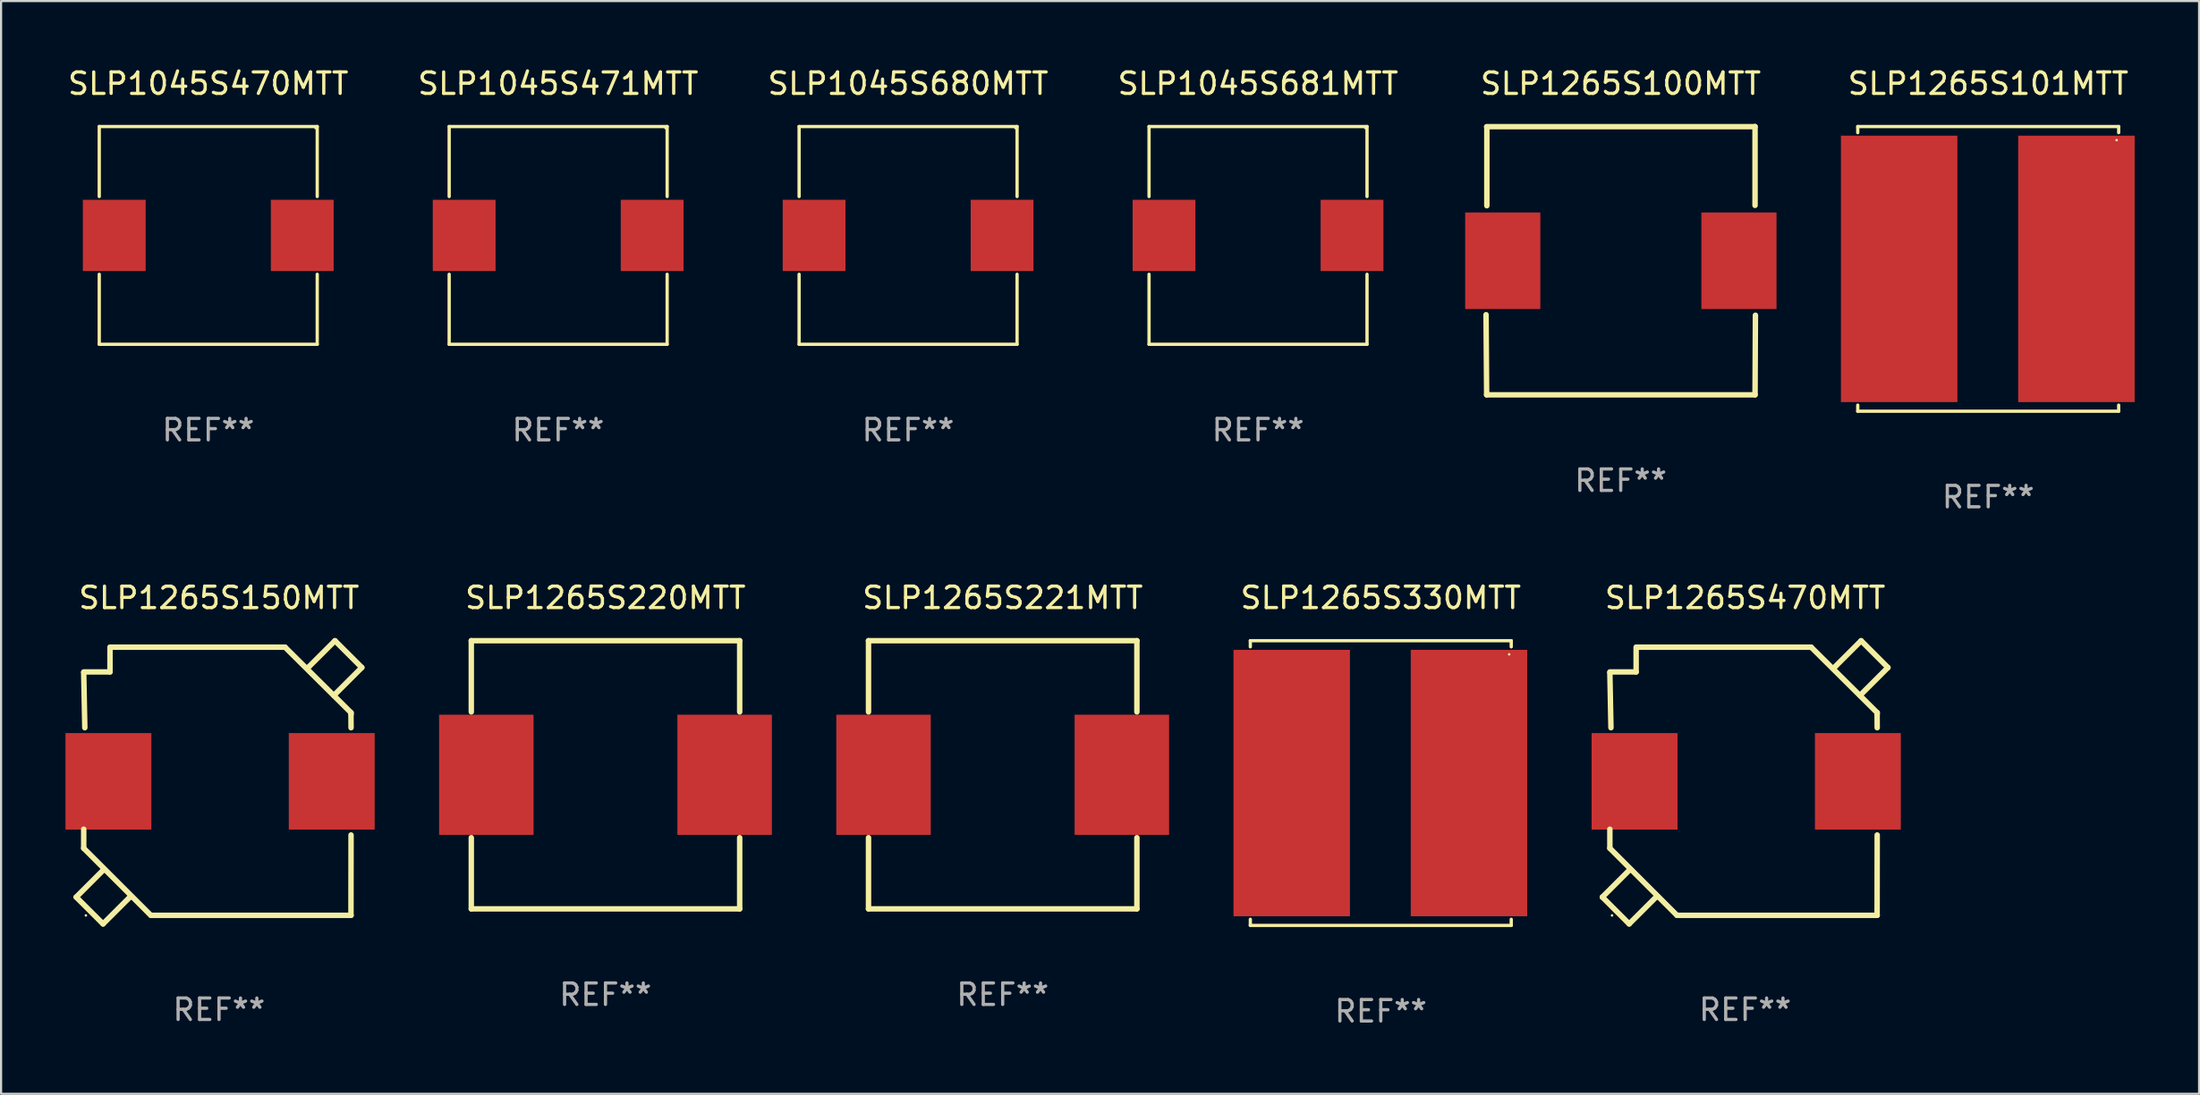
<source format=kicad_pcb>
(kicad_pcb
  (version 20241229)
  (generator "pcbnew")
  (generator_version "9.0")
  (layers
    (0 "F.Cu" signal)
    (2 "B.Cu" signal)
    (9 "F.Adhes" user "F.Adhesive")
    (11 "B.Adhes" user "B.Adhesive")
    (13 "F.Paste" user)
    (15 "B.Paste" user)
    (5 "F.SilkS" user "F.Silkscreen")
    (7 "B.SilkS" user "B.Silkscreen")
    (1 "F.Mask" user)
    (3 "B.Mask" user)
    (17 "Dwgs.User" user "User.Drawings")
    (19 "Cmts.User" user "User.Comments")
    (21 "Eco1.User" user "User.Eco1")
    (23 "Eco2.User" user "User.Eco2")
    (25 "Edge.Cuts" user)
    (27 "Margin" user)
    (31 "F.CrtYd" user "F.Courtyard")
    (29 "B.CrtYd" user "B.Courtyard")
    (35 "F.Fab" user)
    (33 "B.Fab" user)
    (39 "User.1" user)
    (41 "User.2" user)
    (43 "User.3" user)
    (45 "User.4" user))
  (footprint "SLP1045S681MTT"
    (layer "F.Cu")
    (at 55.542 7.924)
    (property "Reference" "SLP1045S681MTT" (at 0 -7.076 0) (layer "F.SilkS") (effects (font (size 1 1) (thickness 0.15))))
    (attr through_hole)
    (fp_line (start -5.076 -5.076) (end 5.076 -5.076) (stroke (width 0.152) (type solid)) (layer "F.SilkS"))
    (fp_line (start -5.076 -1.812) (end -5.076 -5.076) (stroke (width 0.152) (type solid)) (layer "F.SilkS"))
    (fp_line (start -5.076 1.812) (end -5.076 5.076) (stroke (width 0.152) (type solid)) (layer "F.SilkS"))
    (fp_line (start -5.076 5.076) (end 5.076 5.076) (stroke (width 0.152) (type solid)) (layer "F.SilkS"))
    (fp_line (start 5.076 -5.076) (end 5.076 -1.812) (stroke (width 0.152) (type solid)) (layer "F.SilkS"))
    (fp_line (start 5.076 5.076) (end 5.076 1.812) (stroke (width 0.152) (type solid)) (layer "F.SilkS"))
    (fp_circle (center 5 -5) (end 5.03 -5) (stroke (width 0.06) (type solid)) (fill no) (layer "F.SilkS"))
    (fp_text user "REF**" (at 0 9.076 0) (layer "F.Fab") (effects (font (size 1 1) (thickness 0.15))))
    (pad "1" smd rect (at 4.378 0) (size 2.924 3.32) (layers "F.Cu" "F.Mask" "F.Paste"))
    (pad "2" smd rect (at -4.378 0) (size 2.924 3.32) (layers "F.Cu" "F.Mask" "F.Paste")))
  (footprint "SLP1265S101MTT"
    (layer "F.Cu")
    (at 89.55 9.484)
    (property "Reference" "SLP1265S101MTT" (at 0 -8.636 0) (layer "F.SilkS") (effects (font (size 1 1) (thickness 0.15))))
    (attr through_hole)
    (fp_line (start -6.076 -6.636) (end -6.076 -6.35) (stroke (width 0.152) (type solid)) (layer "F.SilkS"))
    (fp_line (start -6.076 6.636) (end -6.076 6.35) (stroke (width 0.152) (type solid)) (layer "F.SilkS"))
    (fp_line (start 6.076 -6.636) (end -6.076 -6.636) (stroke (width 0.152) (type solid)) (layer "F.SilkS"))
    (fp_line (start 6.076 -6.35) (end 6.076 -6.636) (stroke (width 0.152) (type solid)) (layer "F.SilkS"))
    (fp_line (start 6.076 6.35) (end 6.076 6.636) (stroke (width 0.152) (type solid)) (layer "F.SilkS"))
    (fp_line (start 6.076 6.636) (end -6.076 6.636) (stroke (width 0.152) (type solid)) (layer "F.SilkS"))
    (fp_circle (center 5.98 -6) (end 6.01 -6) (stroke (width 0.06) (type solid)) (fill no) (layer "F.SilkS"))
    (fp_text user "REF**" (at 0 10.636 0) (layer "F.Fab") (effects (font (size 1 1) (thickness 0.15))))
    (pad "1" smd rect (at 4.108 0) (size 5.424 12.42) (layers "F.Cu" "F.Mask" "F.Paste"))
    (pad "2" smd rect (at -4.148 0) (size 5.424 12.42) (layers "F.Cu" "F.Mask" "F.Paste")))
  (footprint "SLP1265S330MTT"
    (layer "F.Cu")
    (at 61.259 33.453)
    (property "Reference" "SLP1265S330MTT" (at 0 -8.636 0) (layer "F.SilkS") (effects (font (size 1 1) (thickness 0.15))))
    (attr through_hole)
    (fp_line (start -6.076 -6.636) (end -6.076 -6.35) (stroke (width 0.152) (type solid)) (layer "F.SilkS"))
    (fp_line (start -6.076 6.636) (end -6.076 6.35) (stroke (width 0.152) (type solid)) (layer "F.SilkS"))
    (fp_line (start 6.076 -6.636) (end -6.076 -6.636) (stroke (width 0.152) (type solid)) (layer "F.SilkS"))
    (fp_line (start 6.076 -6.35) (end 6.076 -6.636) (stroke (width 0.152) (type solid)) (layer "F.SilkS"))
    (fp_line (start 6.076 6.35) (end 6.076 6.636) (stroke (width 0.152) (type solid)) (layer "F.SilkS"))
    (fp_line (start 6.076 6.636) (end -6.076 6.636) (stroke (width 0.152) (type solid)) (layer "F.SilkS"))
    (fp_circle (center 5.98 -6) (end 6.01 -6) (stroke (width 0.06) (type solid)) (fill no) (layer "F.SilkS"))
    (fp_text user "REF**" (at 0 10.636 0) (layer "F.Fab") (effects (font (size 1 1) (thickness 0.15))))
    (pad "1" smd rect (at 4.108 0) (size 5.424 12.42) (layers "F.Cu" "F.Mask" "F.Paste"))
    (pad "2" smd rect (at -4.148 0) (size 5.424 12.42) (layers "F.Cu" "F.Mask" "F.Paste")))
  (footprint "SLP1265S150MTT"
    (layer "F.Cu")
    (at 7.15 33.418)
    (property "Reference" "SLP1265S150MTT" (at 0 -8.6 0) (layer "F.SilkS") (effects (font (size 1 1) (thickness 0.15))))
    (attr through_hole)
    (fp_line (start -6.651 5.351) (end -5.401 6.6) (stroke (width 0.254) (type solid)) (layer "F.SilkS"))
    (fp_line (start -6.301 2.186) (end -6.301 3.074) (stroke (width 0.254) (type solid)) (layer "F.SilkS"))
    (fp_line (start -6.301 3.074) (end -3.174 6.201) (stroke (width 0.254) (type solid)) (layer "F.SilkS"))
    (fp_line (start -6.25 -2.545) (end -6.301 -5.108) (stroke (width 0.254) (type solid)) (layer "F.SilkS"))
    (fp_line (start -5.401 6.6) (end -4.151 5.351) (stroke (width 0.254) (type solid)) (layer "F.SilkS"))
    (fp_line (start -5.35 4.05) (end -6.651 5.351) (stroke (width 0.254) (type solid)) (layer "F.SilkS"))
    (fp_line (start -5.077 -6.3) (end -5.077 -5.145) (stroke (width 0.254) (type solid)) (layer "F.SilkS"))
    (fp_line (start -5.077 -5.145) (end -6.301 -5.145) (stroke (width 0.254) (type solid)) (layer "F.SilkS"))
    (fp_line (start -4.151 5.351) (end -4.15 5.35) (stroke (width 0.254) (type solid)) (layer "F.SilkS"))
    (fp_line (start -3.174 6.201) (end 6.15 6.201) (stroke (width 0.254) (type solid)) (layer "F.SilkS"))
    (fp_line (start 3.074 -6.301) (end 6.15 -3.245) (stroke (width 0.254) (type solid)) (layer "F.SilkS"))
    (fp_line (start 3.075 -6.3) (end -5.058 -6.3) (stroke (width 0.254) (type solid)) (layer "F.SilkS"))
    (fp_line (start 4.151 -5.351) (end 4.15 -5.35) (stroke (width 0.254) (type solid)) (layer "F.SilkS"))
    (fp_line (start 5.35 -4.05) (end 6.651 -5.351) (stroke (width 0.254) (type solid)) (layer "F.SilkS"))
    (fp_line (start 5.401 -6.6) (end 4.151 -5.351) (stroke (width 0.254) (type solid)) (layer "F.SilkS"))
    (fp_line (start 6.146 6.201) (end 6.15 2.455) (stroke (width 0.254) (type solid)) (layer "F.SilkS"))
    (fp_line (start 6.15 -3.245) (end 6.15 -3.174) (stroke (width 0.254) (type solid)) (layer "F.SilkS"))
    (fp_line (start 6.15 -2.545) (end 6.146 -3.174) (stroke (width 0.254) (type solid)) (layer "F.SilkS"))
    (fp_line (start 6.651 -5.351) (end 5.401 -6.6) (stroke (width 0.254) (type solid)) (layer "F.SilkS"))
    (fp_circle (center -6.2 6.205) (end -6.17 6.205) (stroke (width 0.06) (type solid)) (fill no) (layer "F.SilkS"))
    (fp_text user "REF**" (at 0 10.6 0) (layer "F.Fab") (effects (font (size 1 1) (thickness 0.15))))
    (pad "1" smd rect (at -5.15 -0.045) (size 4 4.5) (layers "F.Cu" "F.Mask" "F.Paste"))
    (pad "2" smd rect (at 5.25 -0.045) (size 4 4.5) (layers "F.Cu" "F.Mask" "F.Paste")))
  (footprint "SLP1045S470MTT"
    (layer "F.Cu")
    (at 6.649 7.924)
    (property "Reference" "SLP1045S470MTT" (at 0 -7.076 0) (layer "F.SilkS") (effects (font (size 1 1) (thickness 0.15))))
    (attr through_hole)
    (fp_line (start -5.076 -5.076) (end 5.076 -5.076) (stroke (width 0.152) (type solid)) (layer "F.SilkS"))
    (fp_line (start -5.076 -1.812) (end -5.076 -5.076) (stroke (width 0.152) (type solid)) (layer "F.SilkS"))
    (fp_line (start -5.076 1.812) (end -5.076 5.076) (stroke (width 0.152) (type solid)) (layer "F.SilkS"))
    (fp_line (start -5.076 5.076) (end 5.076 5.076) (stroke (width 0.152) (type solid)) (layer "F.SilkS"))
    (fp_line (start 5.076 -5.076) (end 5.076 -1.812) (stroke (width 0.152) (type solid)) (layer "F.SilkS"))
    (fp_line (start 5.076 5.076) (end 5.076 1.812) (stroke (width 0.152) (type solid)) (layer "F.SilkS"))
    (fp_circle (center 5 -5) (end 5.03 -5) (stroke (width 0.06) (type solid)) (fill no) (layer "F.SilkS"))
    (fp_text user "REF**" (at 0 9.076 0) (layer "F.Fab") (effects (font (size 1 1) (thickness 0.15))))
    (pad "1" smd rect (at 4.378 0) (size 2.924 3.32) (layers "F.Cu" "F.Mask" "F.Paste"))
    (pad "2" smd rect (at -4.378 0) (size 2.924 3.32) (layers "F.Cu" "F.Mask" "F.Paste")))
  (footprint "SLP1265S470MTT"
    (layer "F.Cu")
    (at 78.229 33.418)
    (property "Reference" "SLP1265S470MTT" (at 0 -8.6 0) (layer "F.SilkS") (effects (font (size 1 1) (thickness 0.15))))
    (attr through_hole)
    (fp_line (start -6.65 5.351) (end -5.401 6.6) (stroke (width 0.254) (type solid)) (layer "F.SilkS"))
    (fp_line (start -6.301 2.186) (end -6.301 3.074) (stroke (width 0.254) (type solid)) (layer "F.SilkS"))
    (fp_line (start -6.301 3.074) (end -3.174 6.201) (stroke (width 0.254) (type solid)) (layer "F.SilkS"))
    (fp_line (start -6.25 -2.545) (end -6.301 -5.108) (stroke (width 0.254) (type solid)) (layer "F.SilkS"))
    (fp_line (start -5.401 6.6) (end -4.151 5.351) (stroke (width 0.254) (type solid)) (layer "F.SilkS"))
    (fp_line (start -5.35 4.05) (end -6.65 5.351) (stroke (width 0.254) (type solid)) (layer "F.SilkS"))
    (fp_line (start -5.077 -6.3) (end -5.077 -5.145) (stroke (width 0.254) (type solid)) (layer "F.SilkS"))
    (fp_line (start -5.077 -5.145) (end -6.301 -5.145) (stroke (width 0.254) (type solid)) (layer "F.SilkS"))
    (fp_line (start -4.151 5.351) (end -4.15 5.35) (stroke (width 0.254) (type solid)) (layer "F.SilkS"))
    (fp_line (start -3.174 6.201) (end 6.15 6.201) (stroke (width 0.254) (type solid)) (layer "F.SilkS"))
    (fp_line (start 3.074 -6.301) (end 6.15 -3.245) (stroke (width 0.254) (type solid)) (layer "F.SilkS"))
    (fp_line (start 3.075 -6.3) (end -5.058 -6.3) (stroke (width 0.254) (type solid)) (layer "F.SilkS"))
    (fp_line (start 4.151 -5.351) (end 4.15 -5.35) (stroke (width 0.254) (type solid)) (layer "F.SilkS"))
    (fp_line (start 5.35 -4.05) (end 6.65 -5.351) (stroke (width 0.254) (type solid)) (layer "F.SilkS"))
    (fp_line (start 5.401 -6.6) (end 4.151 -5.351) (stroke (width 0.254) (type solid)) (layer "F.SilkS"))
    (fp_line (start 6.146 6.201) (end 6.15 2.455) (stroke (width 0.254) (type solid)) (layer "F.SilkS"))
    (fp_line (start 6.15 -3.245) (end 6.15 -3.174) (stroke (width 0.254) (type solid)) (layer "F.SilkS"))
    (fp_line (start 6.15 -2.545) (end 6.146 -3.174) (stroke (width 0.254) (type solid)) (layer "F.SilkS"))
    (fp_line (start 6.65 -5.351) (end 5.401 -6.6) (stroke (width 0.254) (type solid)) (layer "F.SilkS"))
    (fp_circle (center -6.2 6.205) (end -6.17 6.205) (stroke (width 0.06) (type solid)) (fill no) (layer "F.SilkS"))
    (fp_text user "REF**" (at 0 10.6 0) (layer "F.Fab") (effects (font (size 1 1) (thickness 0.15))))
    (pad "1" smd rect (at -5.15 -0.045) (size 4 4.5) (layers "F.Cu" "F.Mask" "F.Paste"))
    (pad "2" smd rect (at 5.25 -0.045) (size 4 4.5) (layers "F.Cu" "F.Mask" "F.Paste")))
  (footprint "SLP1045S680MTT"
    (layer "F.Cu")
    (at 39.244 7.924)
    (property "Reference" "SLP1045S680MTT" (at 0 -7.076 0) (layer "F.SilkS") (effects (font (size 1 1) (thickness 0.15))))
    (attr through_hole)
    (fp_line (start -5.076 -5.076) (end 5.076 -5.076) (stroke (width 0.152) (type solid)) (layer "F.SilkS"))
    (fp_line (start -5.076 -1.812) (end -5.076 -5.076) (stroke (width 0.152) (type solid)) (layer "F.SilkS"))
    (fp_line (start -5.076 1.812) (end -5.076 5.076) (stroke (width 0.152) (type solid)) (layer "F.SilkS"))
    (fp_line (start -5.076 5.076) (end 5.076 5.076) (stroke (width 0.152) (type solid)) (layer "F.SilkS"))
    (fp_line (start 5.076 -5.076) (end 5.076 -1.812) (stroke (width 0.152) (type solid)) (layer "F.SilkS"))
    (fp_line (start 5.076 5.076) (end 5.076 1.812) (stroke (width 0.152) (type solid)) (layer "F.SilkS"))
    (fp_circle (center 5 -5) (end 5.03 -5) (stroke (width 0.06) (type solid)) (fill no) (layer "F.SilkS"))
    (fp_text user "REF**" (at 0 9.076 0) (layer "F.Fab") (effects (font (size 1 1) (thickness 0.15))))
    (pad "1" smd rect (at 4.378 0) (size 2.924 3.32) (layers "F.Cu" "F.Mask" "F.Paste"))
    (pad "2" smd rect (at -4.378 0) (size 2.924 3.32) (layers "F.Cu" "F.Mask" "F.Paste")))
  (footprint "SLP1265S100MTT"
    (layer "F.Cu")
    (at 72.435 9.102)
    (property "Reference" "SLP1265S100MTT" (at 0 -8.253 0) (layer "F.SilkS") (effects (font (size 1 1) (thickness 0.15))))
    (attr through_hole)
    (fp_line (start -6.273 2.518) (end -6.245 6.253) (stroke (width 0.254) (type solid)) (layer "F.SilkS"))
    (fp_line (start -6.245 -6.247) (end 6.255 -6.247) (stroke (width 0.254) (type solid)) (layer "F.SilkS"))
    (fp_line (start -6.245 6.253) (end 6.255 6.253) (stroke (width 0.254) (type solid)) (layer "F.SilkS"))
    (fp_line (start -6.236 -6.237) (end -6.236 -2.562) (stroke (width 0.254) (type solid)) (layer "F.SilkS"))
    (fp_line (start 6.255 -6.253) (end 6.255 -2.578) (stroke (width 0.254) (type solid)) (layer "F.SilkS"))
    (fp_line (start 6.255 6.253) (end 6.273 2.543) (stroke (width 0.254) (type solid)) (layer "F.SilkS"))
    (fp_circle (center -6.245 6.253) (end -6.215 6.253) (stroke (width 0.06) (type solid)) (fill no) (layer "F.SilkS"))
    (fp_text user "REF**" (at 0 10.253 0) (layer "F.Fab") (effects (font (size 1 1) (thickness 0.15))))
    (pad "1" smd rect (at -5.495 0.003) (size 3.5 4.5) (layers "F.Cu" "F.Mask" "F.Paste"))
    (pad "2" smd rect (at 5.505 0.003) (size 3.5 4.5) (layers "F.Cu" "F.Mask" "F.Paste")))
  (footprint "SLP1265S220MTT"
    (layer "F.Cu")
    (at 25.15 33.067)
    (property "Reference" "SLP1265S220MTT" (at 0 -8.25 0) (layer "F.SilkS") (effects (font (size 1 1) (thickness 0.15))))
    (attr through_hole)
    (fp_line (start -6.25 -6.25) (end 6.25 -6.25) (stroke (width 0.254) (type solid)) (layer "F.SilkS"))
    (fp_line (start -6.25 -2.931) (end -6.25 -6.25) (stroke (width 0.254) (type solid)) (layer "F.SilkS"))
    (fp_line (start -6.25 6.25) (end -6.25 2.931) (stroke (width 0.254) (type solid)) (layer "F.SilkS"))
    (fp_line (start 6.25 -6.25) (end 6.25 -2.931) (stroke (width 0.254) (type solid)) (layer "F.SilkS"))
    (fp_line (start 6.25 2.931) (end 6.25 6.25) (stroke (width 0.254) (type solid)) (layer "F.SilkS"))
    (fp_line (start 6.25 6.25) (end -6.25 6.25) (stroke (width 0.254) (type solid)) (layer "F.SilkS"))
    (fp_circle (center -6.25 6.25) (end -6.22 6.25) (stroke (width 0.06) (type solid)) (fill no) (layer "F.SilkS"))
    (fp_text user "REF**" (at 0 10.25 0) (layer "F.Fab") (effects (font (size 1 1) (thickness 0.15))))
    (pad "1" smd rect (at -5.55 0) (size 4.4 5.6) (layers "F.Cu" "F.Mask" "F.Paste"))
    (pad "2" smd rect (at 5.55 0) (size 4.4 5.6) (layers "F.Cu" "F.Mask" "F.Paste")))
  (footprint "SLP1265S221MTT"
    (layer "F.Cu")
    (at 43.65 33.067)
    (property "Reference" "SLP1265S221MTT" (at 0 -8.25 0) (layer "F.SilkS") (effects (font (size 1 1) (thickness 0.15))))
    (attr through_hole)
    (fp_line (start -6.25 -6.25) (end 6.25 -6.25) (stroke (width 0.254) (type solid)) (layer "F.SilkS"))
    (fp_line (start -6.25 -2.931) (end -6.25 -6.25) (stroke (width 0.254) (type solid)) (layer "F.SilkS"))
    (fp_line (start -6.25 6.25) (end -6.25 2.931) (stroke (width 0.254) (type solid)) (layer "F.SilkS"))
    (fp_line (start 6.25 -6.25) (end 6.25 -2.931) (stroke (width 0.254) (type solid)) (layer "F.SilkS"))
    (fp_line (start 6.25 2.931) (end 6.25 6.25) (stroke (width 0.254) (type solid)) (layer "F.SilkS"))
    (fp_line (start 6.25 6.25) (end -6.25 6.25) (stroke (width 0.254) (type solid)) (layer "F.SilkS"))
    (fp_circle (center -6.25 6.25) (end -6.22 6.25) (stroke (width 0.06) (type solid)) (fill no) (layer "F.SilkS"))
    (fp_text user "REF**" (at 0 10.25 0) (layer "F.Fab") (effects (font (size 1 1) (thickness 0.15))))
    (pad "1" smd rect (at -5.55 0) (size 4.4 5.6) (layers "F.Cu" "F.Mask" "F.Paste"))
    (pad "2" smd rect (at 5.55 0) (size 4.4 5.6) (layers "F.Cu" "F.Mask" "F.Paste")))
  (footprint "SLP1045S471MTT"
    (layer "F.Cu")
    (at 22.946 7.924)
    (property "Reference" "SLP1045S471MTT" (at 0 -7.076 0) (layer "F.SilkS") (effects (font (size 1 1) (thickness 0.15))))
    (attr through_hole)
    (fp_line (start -5.076 -5.076) (end 5.076 -5.076) (stroke (width 0.152) (type solid)) (layer "F.SilkS"))
    (fp_line (start -5.076 -1.812) (end -5.076 -5.076) (stroke (width 0.152) (type solid)) (layer "F.SilkS"))
    (fp_line (start -5.076 1.812) (end -5.076 5.076) (stroke (width 0.152) (type solid)) (layer "F.SilkS"))
    (fp_line (start -5.076 5.076) (end 5.076 5.076) (stroke (width 0.152) (type solid)) (layer "F.SilkS"))
    (fp_line (start 5.076 -5.076) (end 5.076 -1.812) (stroke (width 0.152) (type solid)) (layer "F.SilkS"))
    (fp_line (start 5.076 5.076) (end 5.076 1.812) (stroke (width 0.152) (type solid)) (layer "F.SilkS"))
    (fp_circle (center 5 -5) (end 5.03 -5) (stroke (width 0.06) (type solid)) (fill no) (layer "F.SilkS"))
    (fp_text user "REF**" (at 0 9.076 0) (layer "F.Fab") (effects (font (size 1 1) (thickness 0.15))))
    (pad "1" smd rect (at 4.378 0) (size 2.924 3.32) (layers "F.Cu" "F.Mask" "F.Paste"))
    (pad "2" smd rect (at -4.378 0) (size 2.924 3.32) (layers "F.Cu" "F.Mask" "F.Paste")))
  (gr_rect
    (start -3 -3)
    (end 99.371 47.938)
    (stroke (width 0.1) (type default))
    (fill no)
    (layer "Edge.Cuts")))
</source>
